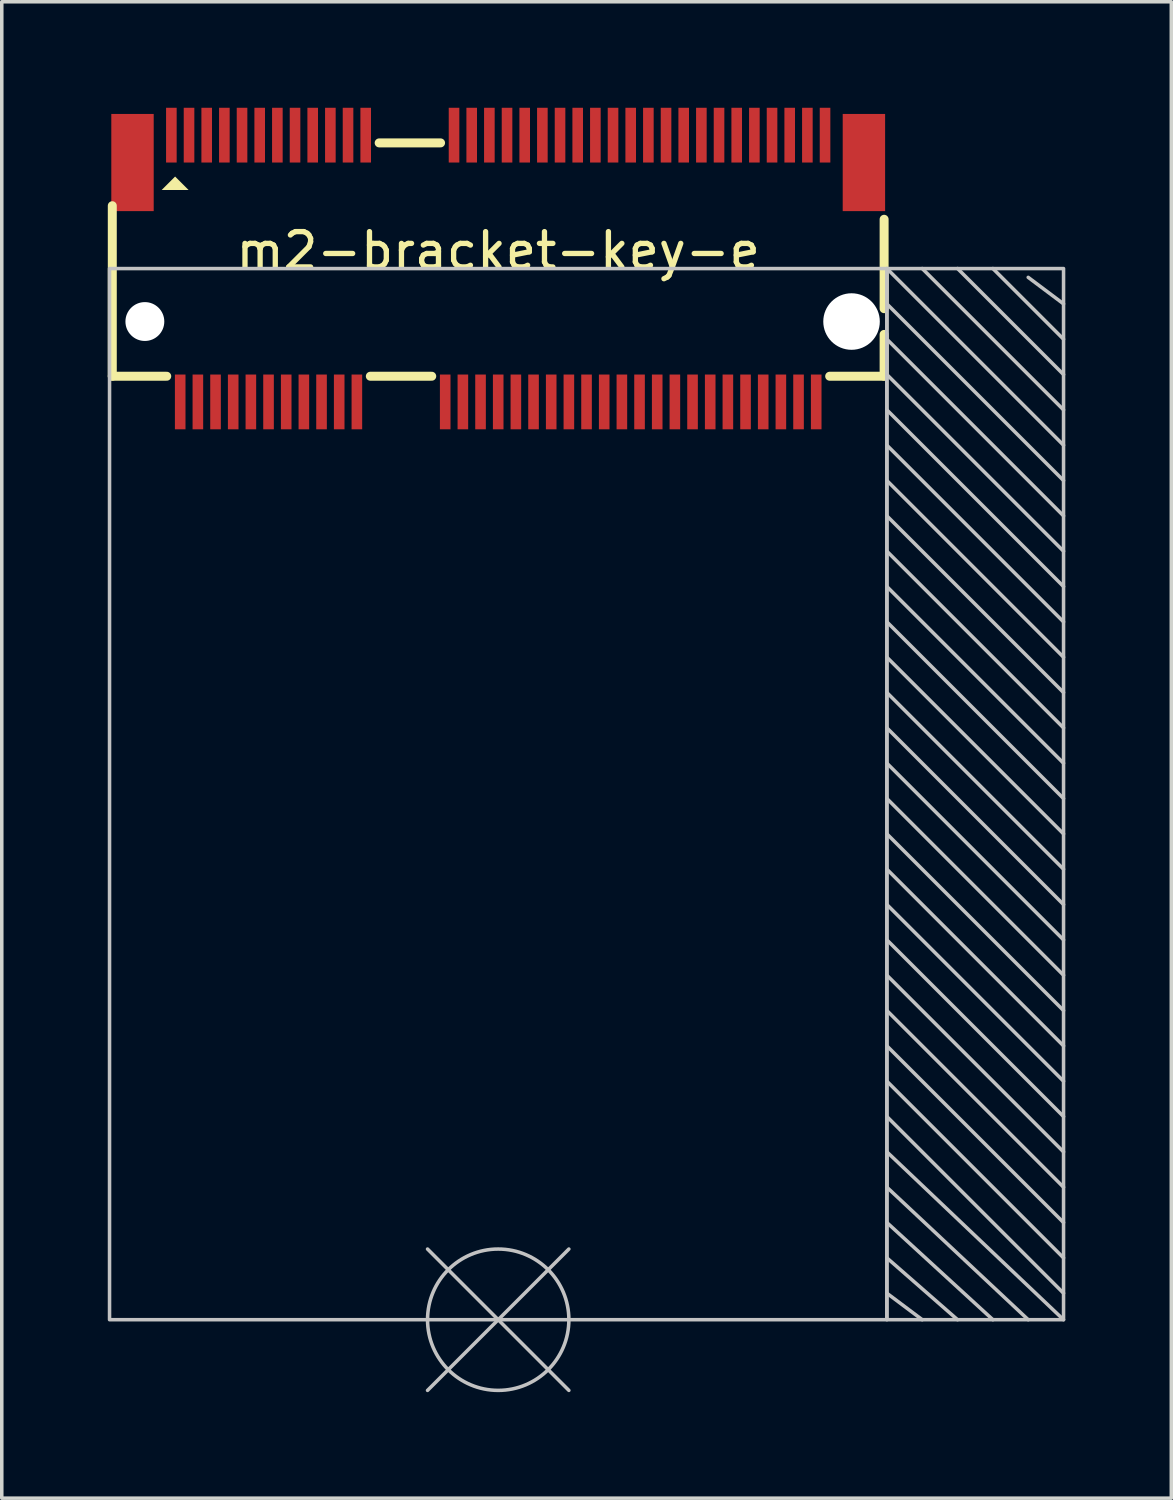
<source format=kicad_pcb>
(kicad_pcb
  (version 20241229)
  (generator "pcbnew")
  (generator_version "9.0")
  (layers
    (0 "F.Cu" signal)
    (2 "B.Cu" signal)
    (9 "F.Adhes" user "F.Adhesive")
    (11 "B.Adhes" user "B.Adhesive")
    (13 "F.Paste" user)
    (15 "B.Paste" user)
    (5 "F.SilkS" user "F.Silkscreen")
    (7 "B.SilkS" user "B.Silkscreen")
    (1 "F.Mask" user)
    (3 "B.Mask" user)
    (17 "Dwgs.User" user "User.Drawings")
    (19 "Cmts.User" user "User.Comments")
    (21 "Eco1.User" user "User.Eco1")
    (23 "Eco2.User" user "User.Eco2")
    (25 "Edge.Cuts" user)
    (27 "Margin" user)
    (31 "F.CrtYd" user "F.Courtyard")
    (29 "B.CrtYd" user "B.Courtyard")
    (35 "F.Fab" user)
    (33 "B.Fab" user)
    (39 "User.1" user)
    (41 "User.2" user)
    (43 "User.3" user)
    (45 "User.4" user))
  (footprint "m2-bracket-key-e"
    (layer "F.Cu")
    (at 11.05 4.55)
    (property "Reference" "m2-bracket-key-e" (at 0 -0.5 0) (unlocked yes) (layer "F.SilkS") (effects (font (size 1 1) (thickness 0.15))))
    (attr smd)
    (fp_line (start -10.922 -1.778) (end -10.922 3.048) (stroke (width 0.254) (type solid)) (layer "F.SilkS"))
    (fp_line (start -10.922 3.048) (end -9.381 3.048) (stroke (width 0.254) (type solid)) (layer "F.SilkS"))
    (fp_line (start -3.619 3.048) (end -1.881 3.048) (stroke (width 0.254) (type solid)) (layer "F.SilkS"))
    (fp_line (start -3.369 -3.556) (end -1.631 -3.556) (stroke (width 0.254) (type solid)) (layer "F.SilkS"))
    (fp_line (start 9.381 3.048) (end 10.922 3.048) (stroke (width 0.254) (type solid)) (layer "F.SilkS"))
    (fp_line (start 10.922 -1.394) (end 10.922 1.136) (stroke (width 0.254) (type solid)) (layer "F.SilkS"))
    (fp_line (start 10.922 3.048) (end 10.922 1.864) (stroke (width 0.254) (type solid)) (layer "F.SilkS"))
    (fp_poly (pts (xy -9.144 -2.604) (xy -9.525 -2.223) (xy -8.763 -2.223)) (stroke (width 0) (type solid)) (fill yes) (layer "F.SilkS"))
    (fp_line (start -2 31.75) (end 2 27.75) (stroke (width 0.1) (type solid)) (layer "Dwgs.User"))
    (fp_line (start 2 31.75) (end -2 27.75) (stroke (width 0.1) (type solid)) (layer "Dwgs.User"))
    (fp_line (start 11 0) (end 16 5) (stroke (width 0.1) (type solid)) (layer "Dwgs.User"))
    (fp_line (start 11 1) (end 16 6) (stroke (width 0.1) (type solid)) (layer "Dwgs.User"))
    (fp_line (start 11 2) (end 16 7) (stroke (width 0.1) (type solid)) (layer "Dwgs.User"))
    (fp_line (start 11 3) (end 16 8) (stroke (width 0.1) (type solid)) (layer "Dwgs.User"))
    (fp_line (start 11 4) (end 16 9) (stroke (width 0.1) (type solid)) (layer "Dwgs.User"))
    (fp_line (start 11 5) (end 16 10) (stroke (width 0.1) (type solid)) (layer "Dwgs.User"))
    (fp_line (start 11 6) (end 16 11) (stroke (width 0.1) (type solid)) (layer "Dwgs.User"))
    (fp_line (start 11 7) (end 16 12) (stroke (width 0.1) (type solid)) (layer "Dwgs.User"))
    (fp_line (start 11 8) (end 16 13) (stroke (width 0.1) (type solid)) (layer "Dwgs.User"))
    (fp_line (start 11 9) (end 16 14) (stroke (width 0.1) (type solid)) (layer "Dwgs.User"))
    (fp_line (start 11 10) (end 16 15) (stroke (width 0.1) (type solid)) (layer "Dwgs.User"))
    (fp_line (start 11 11) (end 16 16) (stroke (width 0.1) (type solid)) (layer "Dwgs.User"))
    (fp_line (start 11 12) (end 16 17) (stroke (width 0.1) (type solid)) (layer "Dwgs.User"))
    (fp_line (start 11 13) (end 16 18) (stroke (width 0.1) (type solid)) (layer "Dwgs.User"))
    (fp_line (start 11 14) (end 16 19) (stroke (width 0.1) (type solid)) (layer "Dwgs.User"))
    (fp_line (start 11 15) (end 16 20) (stroke (width 0.1) (type solid)) (layer "Dwgs.User"))
    (fp_line (start 11 16) (end 16 21) (stroke (width 0.1) (type solid)) (layer "Dwgs.User"))
    (fp_line (start 11 17) (end 16 22) (stroke (width 0.1) (type solid)) (layer "Dwgs.User"))
    (fp_line (start 11 18) (end 16 23) (stroke (width 0.1) (type solid)) (layer "Dwgs.User"))
    (fp_line (start 11 19) (end 16 24) (stroke (width 0.1) (type solid)) (layer "Dwgs.User"))
    (fp_line (start 11 20) (end 16 25) (stroke (width 0.1) (type solid)) (layer "Dwgs.User"))
    (fp_line (start 11 21) (end 16 26) (stroke (width 0.1) (type solid)) (layer "Dwgs.User"))
    (fp_line (start 11 22) (end 16 27) (stroke (width 0.1) (type solid)) (layer "Dwgs.User"))
    (fp_line (start 11 23) (end 16 28) (stroke (width 0.1) (type solid)) (layer "Dwgs.User"))
    (fp_line (start 11 24) (end 16 29) (stroke (width 0.1) (type solid)) (layer "Dwgs.User"))
    (fp_line (start 11 25) (end 11 26) (stroke (width 0.1) (type solid)) (layer "Dwgs.User"))
    (fp_line (start 11 26) (end 15 29.75) (stroke (width 0.1) (type solid)) (layer "Dwgs.User"))
    (fp_line (start 11 27) (end 14 29.75) (stroke (width 0.1) (type solid)) (layer "Dwgs.User"))
    (fp_line (start 11 28) (end 13 29.75) (stroke (width 0.1) (type solid)) (layer "Dwgs.User"))
    (fp_line (start 11 29) (end 12 29.75) (stroke (width 0.1) (type solid)) (layer "Dwgs.User"))
    (fp_line (start 16 1) (end 15 0.25) (stroke (width 0.1) (type solid)) (layer "Dwgs.User"))
    (fp_line (start 16 2) (end 14 0) (stroke (width 0.1) (type solid)) (layer "Dwgs.User"))
    (fp_line (start 16 3) (end 13 0) (stroke (width 0.1) (type solid)) (layer "Dwgs.User"))
    (fp_line (start 16 4) (end 12 0) (stroke (width 0.1) (type solid)) (layer "Dwgs.User"))
    (fp_line (start 16 29.75) (end 11 25) (stroke (width 0.1) (type solid)) (layer "Dwgs.User"))
    (fp_rect (start -11 0) (end 11 29.75) (stroke (width 0.1) (type solid)) (fill no) (layer "Dwgs.User"))
    (fp_rect (start 11 29.75) (end 16 0) (stroke (width 0.1) (type solid)) (fill no) (layer "Dwgs.User"))
    (fp_circle (center 0 29.75) (end 2 29.75) (stroke (width 0.1) (type solid)) (fill no) (layer "Dwgs.User"))
    (fp_circle (center -10 1.5) (end -9.762 1.5) (stroke (width 0.475) (type solid)) (fill no) (layer "Cmts.User"))
    (fp_circle (center 10 1.5) (end 10.363 1.5) (stroke (width 0.725) (type solid)) (fill no) (layer "Cmts.User"))
    (fp_text user "BLUETOOTH NOTHING ZONE" (at 13.5 4.5 90) (unlocked yes) (layer "User.2") (effects (font (size 1 1) (thickness 0.15)) (justify right)))
    (pad "" np_thru_hole circle (at -10 1.5) (size 1.1 1.1) (drill 1.1) (layers "*.Cu" "*.Mask"))
    (pad "" np_thru_hole circle (at 10 1.5) (size 1.6 1.6) (drill 1.6) (layers "*.Cu" "*.Mask"))
    (pad "1" smd rect (at -9.25 -3.775) (size 0.3 1.55) (layers "F.Cu" "F.Mask" "F.Paste"))
    (pad "2" smd rect (at -9 3.775) (size 0.3 1.55) (layers "F.Cu" "F.Mask" "F.Paste"))
    (pad "3" smd rect (at -8.75 -3.775) (size 0.3 1.55) (layers "F.Cu" "F.Mask" "F.Paste"))
    (pad "4" smd rect (at -8.5 3.775) (size 0.3 1.55) (layers "F.Cu" "F.Mask" "F.Paste"))
    (pad "5" smd rect (at -8.25 -3.775) (size 0.3 1.55) (layers "F.Cu" "F.Mask" "F.Paste"))
    (pad "6" smd rect (at -8 3.775) (size 0.3 1.55) (layers "F.Cu" "F.Mask" "F.Paste"))
    (pad "7" smd rect (at -7.75 -3.775) (size 0.3 1.55) (layers "F.Cu" "F.Mask" "F.Paste"))
    (pad "8" smd rect (at -7.5 3.775) (size 0.3 1.55) (layers "F.Cu" "F.Mask" "F.Paste"))
    (pad "9" smd rect (at -7.25 -3.775) (size 0.3 1.55) (layers "F.Cu" "F.Mask" "F.Paste"))
    (pad "10" smd rect (at -7 3.775) (size 0.3 1.55) (layers "F.Cu" "F.Mask" "F.Paste"))
    (pad "11" smd rect (at -6.75 -3.775) (size 0.3 1.55) (layers "F.Cu" "F.Mask" "F.Paste"))
    (pad "12" smd rect (at -6.5 3.775) (size 0.3 1.55) (layers "F.Cu" "F.Mask" "F.Paste"))
    (pad "13" smd rect (at -6.25 -3.775) (size 0.3 1.55) (layers "F.Cu" "F.Mask" "F.Paste"))
    (pad "14" smd rect (at -6 3.775) (size 0.3 1.55) (layers "F.Cu" "F.Mask" "F.Paste"))
    (pad "15" smd rect (at -5.75 -3.775) (size 0.3 1.55) (layers "F.Cu" "F.Mask" "F.Paste"))
    (pad "16" smd rect (at -5.5 3.775) (size 0.3 1.55) (layers "F.Cu" "F.Mask" "F.Paste"))
    (pad "17" smd rect (at -5.25 -3.775) (size 0.3 1.55) (layers "F.Cu" "F.Mask" "F.Paste"))
    (pad "18" smd rect (at -5 3.775) (size 0.3 1.55) (layers "F.Cu" "F.Mask" "F.Paste"))
    (pad "19" smd rect (at -4.75 -3.775) (size 0.3 1.55) (layers "F.Cu" "F.Mask" "F.Paste"))
    (pad "20" smd rect (at -4.5 3.775) (size 0.3 1.55) (layers "F.Cu" "F.Mask" "F.Paste"))
    (pad "21" smd rect (at -4.25 -3.775) (size 0.3 1.55) (layers "F.Cu" "F.Mask" "F.Paste"))
    (pad "22" smd rect (at -4 3.775) (size 0.3 1.55) (layers "F.Cu" "F.Mask" "F.Paste"))
    (pad "23" smd rect (at -3.75 -3.775) (size 0.3 1.55) (layers "F.Cu" "F.Mask" "F.Paste"))
    (pad "32" smd rect (at -1.5 3.775) (size 0.3 1.55) (layers "F.Cu" "F.Mask" "F.Paste"))
    (pad "33" smd rect (at -1.25 -3.775) (size 0.3 1.55) (layers "F.Cu" "F.Mask" "F.Paste"))
    (pad "34" smd rect (at -1 3.775) (size 0.3 1.55) (layers "F.Cu" "F.Mask" "F.Paste"))
    (pad "35" smd rect (at -0.75 -3.775) (size 0.3 1.55) (layers "F.Cu" "F.Mask" "F.Paste"))
    (pad "36" smd rect (at -0.5 3.775) (size 0.3 1.55) (layers "F.Cu" "F.Mask" "F.Paste"))
    (pad "37" smd rect (at -0.25 -3.775) (size 0.3 1.55) (layers "F.Cu" "F.Mask" "F.Paste"))
    (pad "38" smd rect (at 0 3.775) (size 0.3 1.55) (layers "F.Cu" "F.Mask" "F.Paste"))
    (pad "39" smd rect (at 0.25 -3.775) (size 0.3 1.55) (layers "F.Cu" "F.Mask" "F.Paste"))
    (pad "40" smd rect (at 0.5 3.775) (size 0.3 1.55) (layers "F.Cu" "F.Mask" "F.Paste"))
    (pad "41" smd rect (at 0.75 -3.775) (size 0.3 1.55) (layers "F.Cu" "F.Mask" "F.Paste"))
    (pad "42" smd rect (at 1 3.775) (size 0.3 1.55) (layers "F.Cu" "F.Mask" "F.Paste"))
    (pad "43" smd rect (at 1.25 -3.775) (size 0.3 1.55) (layers "F.Cu" "F.Mask" "F.Paste"))
    (pad "44" smd rect (at 1.5 3.775) (size 0.3 1.55) (layers "F.Cu" "F.Mask" "F.Paste"))
    (pad "45" smd rect (at 1.75 -3.775) (size 0.3 1.55) (layers "F.Cu" "F.Mask" "F.Paste"))
    (pad "46" smd rect (at 2 3.775) (size 0.3 1.55) (layers "F.Cu" "F.Mask" "F.Paste"))
    (pad "47" smd rect (at 2.25 -3.775) (size 0.3 1.55) (layers "F.Cu" "F.Mask" "F.Paste"))
    (pad "48" smd rect (at 2.5 3.775) (size 0.3 1.55) (layers "F.Cu" "F.Mask" "F.Paste"))
    (pad "49" smd rect (at 2.75 -3.775) (size 0.3 1.55) (layers "F.Cu" "F.Mask" "F.Paste"))
    (pad "50" smd rect (at 3 3.775) (size 0.3 1.55) (layers "F.Cu" "F.Mask" "F.Paste"))
    (pad "51" smd rect (at 3.25 -3.775) (size 0.3 1.55) (layers "F.Cu" "F.Mask" "F.Paste"))
    (pad "52" smd rect (at 3.5 3.775) (size 0.3 1.55) (layers "F.Cu" "F.Mask" "F.Paste"))
    (pad "53" smd rect (at 3.75 -3.775) (size 0.3 1.55) (layers "F.Cu" "F.Mask" "F.Paste"))
    (pad "54" smd rect (at 4 3.775) (size 0.3 1.55) (layers "F.Cu" "F.Mask" "F.Paste"))
    (pad "55" smd rect (at 4.25 -3.775) (size 0.3 1.55) (layers "F.Cu" "F.Mask" "F.Paste"))
    (pad "56" smd rect (at 4.5 3.775) (size 0.3 1.55) (layers "F.Cu" "F.Mask" "F.Paste"))
    (pad "57" smd rect (at 4.75 -3.775) (size 0.3 1.55) (layers "F.Cu" "F.Mask" "F.Paste"))
    (pad "58" smd rect (at 5 3.775) (size 0.3 1.55) (layers "F.Cu" "F.Mask" "F.Paste"))
    (pad "59" smd rect (at 5.25 -3.775) (size 0.3 1.55) (layers "F.Cu" "F.Mask" "F.Paste"))
    (pad "60" smd rect (at 5.5 3.775) (size 0.3 1.55) (layers "F.Cu" "F.Mask" "F.Paste"))
    (pad "61" smd rect (at 5.75 -3.775) (size 0.3 1.55) (layers "F.Cu" "F.Mask" "F.Paste"))
    (pad "62" smd rect (at 6 3.775) (size 0.3 1.55) (layers "F.Cu" "F.Mask" "F.Paste"))
    (pad "63" smd rect (at 6.25 -3.775) (size 0.3 1.55) (layers "F.Cu" "F.Mask" "F.Paste"))
    (pad "64" smd rect (at 6.5 3.775) (size 0.3 1.55) (layers "F.Cu" "F.Mask" "F.Paste"))
    (pad "65" smd rect (at 6.75 -3.775) (size 0.3 1.55) (layers "F.Cu" "F.Mask" "F.Paste"))
    (pad "66" smd rect (at 7 3.775) (size 0.3 1.55) (layers "F.Cu" "F.Mask" "F.Paste"))
    (pad "67" smd rect (at 7.25 -3.775) (size 0.3 1.55) (layers "F.Cu" "F.Mask" "F.Paste"))
    (pad "68" smd rect (at 7.5 3.775) (size 0.3 1.55) (layers "F.Cu" "F.Mask" "F.Paste"))
    (pad "69" smd rect (at 7.75 -3.775) (size 0.3 1.55) (layers "F.Cu" "F.Mask" "F.Paste"))
    (pad "70" smd rect (at 8 3.775) (size 0.3 1.55) (layers "F.Cu" "F.Mask" "F.Paste"))
    (pad "71" smd rect (at 8.25 -3.775) (size 0.3 1.55) (layers "F.Cu" "F.Mask" "F.Paste"))
    (pad "72" smd rect (at 8.5 3.775) (size 0.3 1.55) (layers "F.Cu" "F.Mask" "F.Paste"))
    (pad "73" smd rect (at 8.75 -3.775) (size 0.3 1.55) (layers "F.Cu" "F.Mask" "F.Paste"))
    (pad "74" smd rect (at 9 3.775) (size 0.3 1.55) (layers "F.Cu" "F.Mask" "F.Paste"))
    (pad "75" smd rect (at 9.25 -3.775) (size 0.3 1.55) (layers "F.Cu" "F.Mask" "F.Paste"))
    (pad "76" smd rect (at -10.35 -3) (size 1.2 2.75) (layers "F.Cu" "F.Mask" "F.Paste"))
    (pad "77" smd rect (at 10.35 -3) (size 1.2 2.75) (layers "F.Cu" "F.Mask" "F.Paste")))
  (gr_rect
    (start -3 -3)
    (end 30.1 39.35)
    (stroke (width 0.1) (type default))
    (fill no)
    (layer "Edge.Cuts")))
</source>
